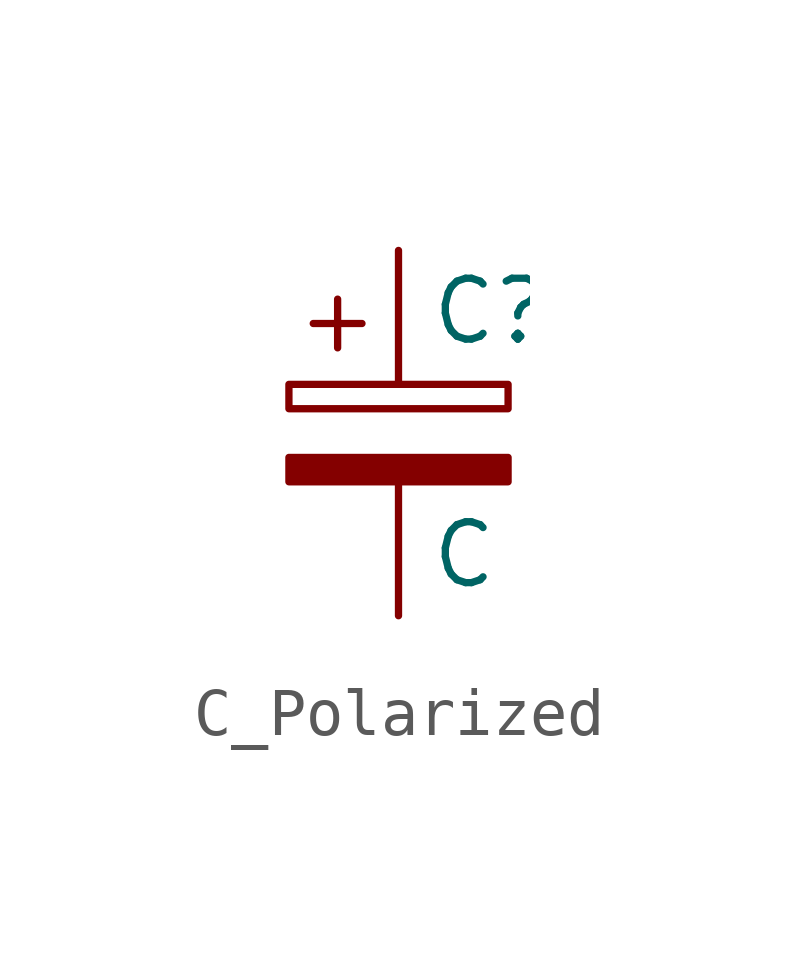
<source format=kicad_sym>
(kicad_symbol_lib
  (version 20220914)
  (generator kicad_symbol_editor)
  (symbol "C_Polarized"
    (pin_numbers hide)
    (pin_names
      (offset 0.254))
    (property "Reference" "C"
      (at 0.635 2.54 0)
      (effects (font (size 1.27 1.27)) (justify left)))
    (property "Value" "C"
      (at 0.635 -2.54 0)
      (effects (font (size 1.27 1.27)) (justify left)))
    (property "Voltage" ""
      (at 0 0 0)
      (effects (font (size 1.27 1.27)) (justify left)))
    (property "Tolerance" ""
      (at 0 0 0)
      (effects (font (size 1.27 1.27)) (justify left)))
    (symbol "C_Polarized_0_1"
      (rectangle (start -2.286 0.508) (end 2.286 1.016) (stroke (width 0) (type default)) (fill (type none)))
      (polyline (pts (xy -1.778 2.286) (xy -0.762 2.286)) (stroke (width 0) (type default)) (fill (type none)))
      (polyline (pts (xy -1.27 2.794) (xy -1.27 1.778)) (stroke (width 0) (type default)) (fill (type none)))
      (rectangle (start 2.286 -0.508) (end -2.286 -1.016) (stroke (width 0) (type default)) (fill (type outline))))
    (symbol "C_Polarized_1_1"
      (pin passive line (at 0 3.81 270) (length 2.794) (name "~" (effects (font (size 1.27 1.27)))) (number "1" (effects (font (size 1.27 1.27)))))
      (pin passive line (at 0 -3.81 90) (length 2.794) (name "~" (effects (font (size 1.27 1.27)))) (number "2" (effects (font (size 1.27 1.27))))))))
</source>
